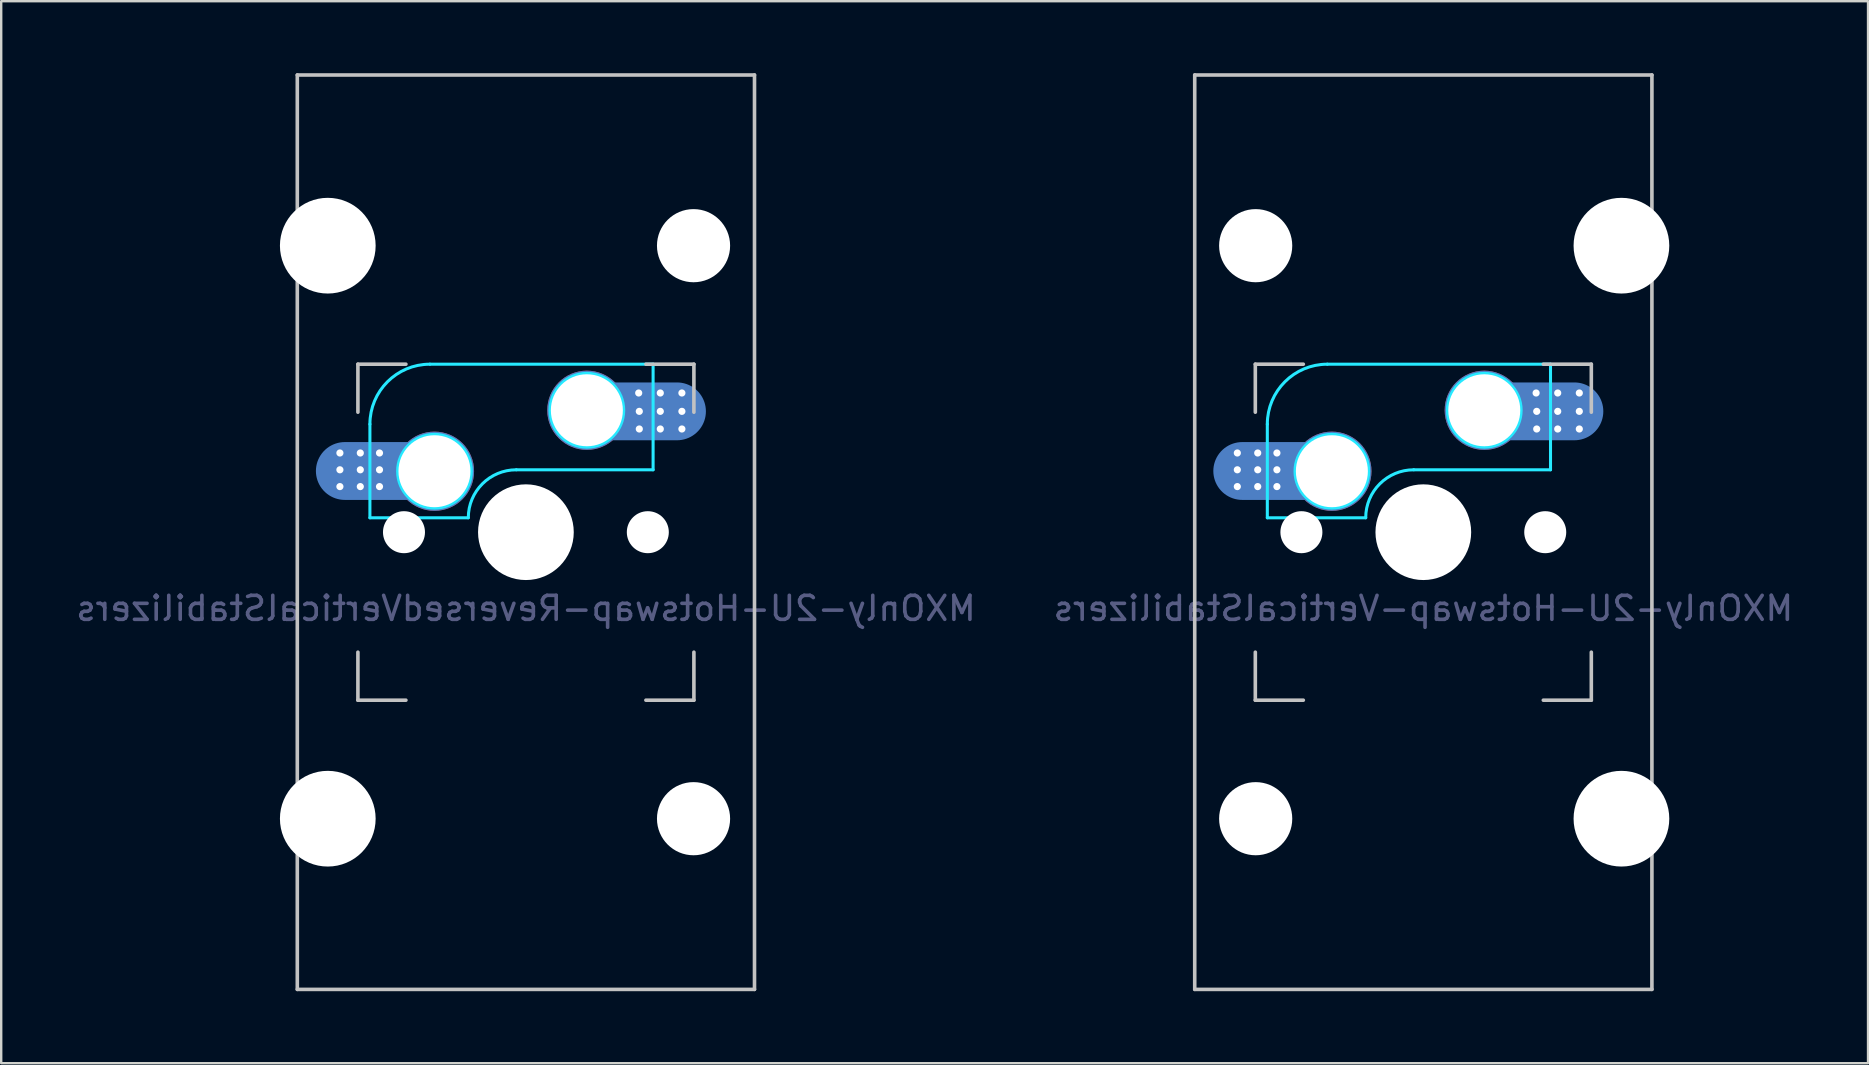
<source format=kicad_pcb>
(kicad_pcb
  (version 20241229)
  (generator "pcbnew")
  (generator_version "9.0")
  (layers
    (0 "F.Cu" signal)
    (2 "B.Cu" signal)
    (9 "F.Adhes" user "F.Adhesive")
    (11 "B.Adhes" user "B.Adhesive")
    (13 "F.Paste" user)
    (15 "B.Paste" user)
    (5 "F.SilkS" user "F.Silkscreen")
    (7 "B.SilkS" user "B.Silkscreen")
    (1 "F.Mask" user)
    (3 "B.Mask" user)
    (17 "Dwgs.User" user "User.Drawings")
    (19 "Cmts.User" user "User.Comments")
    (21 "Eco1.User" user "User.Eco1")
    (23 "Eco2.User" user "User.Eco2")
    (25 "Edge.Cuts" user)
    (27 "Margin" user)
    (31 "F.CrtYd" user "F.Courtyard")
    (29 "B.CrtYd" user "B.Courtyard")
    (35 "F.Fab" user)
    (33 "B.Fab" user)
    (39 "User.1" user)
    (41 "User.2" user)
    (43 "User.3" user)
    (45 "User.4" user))
  (footprint "MXOnly-2U-Hotswap-VerticalStabilizers"
    (layer "F.Cu")
    (at 56.256 19.125)
    (property "Reference" "MXOnly-2U-Hotswap-VerticalStabilizers" (at 0 3.175 0) (layer "B.Fab") (effects (font (size 1 1) (thickness 0.15)) (justify mirror)))
    (attr through_hole)
    (fp_line (start -9.525 -19.05) (end 9.525 -19.05) (stroke (width 0.15) (type solid)) (layer "Dwgs.User"))
    (fp_line (start -9.525 19.05) (end -9.525 -19.05) (stroke (width 0.15) (type solid)) (layer "Dwgs.User"))
    (fp_line (start -7 -7) (end -7 -5) (stroke (width 0.15) (type solid)) (layer "Dwgs.User"))
    (fp_line (start -7 5) (end -7 7) (stroke (width 0.15) (type solid)) (layer "Dwgs.User"))
    (fp_line (start -7 7) (end -5 7) (stroke (width 0.15) (type solid)) (layer "Dwgs.User"))
    (fp_line (start -5 -7) (end -7 -7) (stroke (width 0.15) (type solid)) (layer "Dwgs.User"))
    (fp_line (start 5 -7) (end 7 -7) (stroke (width 0.15) (type solid)) (layer "Dwgs.User"))
    (fp_line (start 5 7) (end 7 7) (stroke (width 0.15) (type solid)) (layer "Dwgs.User"))
    (fp_line (start 7 -5) (end 7 -7) (stroke (width 0.15) (type solid)) (layer "Dwgs.User"))
    (fp_line (start 7 7) (end 7 5) (stroke (width 0.15) (type solid)) (layer "Dwgs.User"))
    (fp_line (start 9.525 19.05) (end -9.525 19.05) (stroke (width 0.15) (type solid)) (layer "Dwgs.User"))
    (fp_line (start 9.525 19.05) (end 9.525 -19.05) (stroke (width 0.15) (type solid)) (layer "Dwgs.User"))
    (fp_line (start -6.5 -4.5) (end -6.5 -0.6) (stroke (width 0.127) (type solid)) (layer "B.CrtYd"))
    (fp_line (start -6.5 -0.6) (end -2.4 -0.6) (stroke (width 0.127) (type solid)) (layer "B.CrtYd"))
    (fp_line (start -0.4 -2.6) (end 5.3 -2.6) (stroke (width 0.127) (type solid)) (layer "B.CrtYd"))
    (fp_line (start 5.3 -7) (end -4 -7) (stroke (width 0.127) (type solid)) (layer "B.CrtYd"))
    (fp_line (start 5.3 -7) (end 5.3 -2.6) (stroke (width 0.127) (type solid)) (layer "B.CrtYd"))
    (fp_arc (start -6.5 -4.5) (mid -5.767767 -6.267767) (end -4 -7) (stroke (width 0.127) (type solid)) (layer "B.CrtYd"))
    (fp_arc (start -2.4 -0.6) (mid -1.814214 -2.014214) (end -0.4 -2.6) (stroke (width 0.127) (type solid)) (layer "B.CrtYd"))
    (fp_circle (center -3.81 -2.54) (end -2.286 -2.54) (stroke (width 0.15) (type solid)) (fill no) (layer "B.CrtYd"))
    (fp_circle (center 2.54 -5.08) (end 2.54 -6.604) (stroke (width 0.15) (type solid)) (fill no) (layer "B.CrtYd"))
    (pad "" np_thru_hole circle (at -6.985 -11.938 180) (size 3.048 3.048) (drill 3.048) (layers "*.Cu" "*.Mask"))
    (pad "" np_thru_hole circle (at -6.985 11.938 90) (size 3.048 3.048) (drill 3.048) (layers "*.Cu" "*.Mask"))
    (pad "" np_thru_hole circle (at -5.08 0 48.1) (size 1.75 1.75) (drill 1.75) (layers "*.Cu" "*.Mask"))
    (pad "" np_thru_hole circle (at 0 0) (size 3.988 3.988) (drill 3.988) (layers "*.Cu" "*.Mask"))
    (pad "" np_thru_hole circle (at 5.08 0 48.1) (size 1.75 1.75) (drill 1.75) (layers "*.Cu" "*.Mask"))
    (pad "" np_thru_hole circle (at 8.255 -11.938 90) (size 3.988 3.988) (drill 3.988) (layers "*.Cu" "*.Mask"))
    (pad "" np_thru_hole circle (at 8.255 11.938 90) (size 3.988 3.988) (drill 3.988) (layers "*.Cu" "*.Mask"))
    (pad "1" thru_hole circle (at 2.54 -5.08) (size 3.3 3.3) (drill 3) (layers "*.Cu" "B.Mask"))
    (pad "1" thru_hole circle (at 4.7 -5.8) (size 0.4 0.4) (drill 0.3) (layers "*.Cu" "B.Mask"))
    (pad "1" thru_hole circle (at 4.725 -5.035) (size 0.4 0.4) (drill 0.3) (layers "*.Cu" "B.Mask"))
    (pad "1" thru_hole circle (at 4.725 -4.3) (size 0.4 0.4) (drill 0.3) (layers "*.Cu" "B.Mask"))
    (pad "1" smd oval (at 4.75 -5.035) (size 5.5 2.41) (layers "B.Cu" "B.Mask" "B.Paste"))
    (pad "1" thru_hole circle (at 5.6 -5.8) (size 0.4 0.4) (drill 0.3) (layers "*.Cu" "B.Mask"))
    (pad "1" thru_hole circle (at 5.6 -5.035) (size 0.4 0.4) (drill 0.3) (layers "*.Cu" "B.Mask"))
    (pad "1" thru_hole circle (at 5.6 -4.3) (size 0.4 0.4) (drill 0.3) (layers "*.Cu" "B.Mask"))
    (pad "1" thru_hole circle (at 6.5 -5.8) (size 0.4 0.4) (drill 0.3) (layers "*.Cu" "B.Mask"))
    (pad "1" thru_hole circle (at 6.5 -5.035) (size 0.4 0.4) (drill 0.3) (layers "*.Cu" "B.Mask"))
    (pad "1" thru_hole circle (at 6.5 -4.3) (size 0.4 0.4) (drill 0.3) (layers "*.Cu" "B.Mask"))
    (pad "2" thru_hole circle (at -7.75 -3.3) (size 0.4 0.4) (drill 0.3) (layers "*.Cu" "B.Mask"))
    (pad "2" thru_hole circle (at -7.75 -2.6) (size 0.4 0.4) (drill 0.3) (layers "*.Cu" "B.Mask"))
    (pad "2" thru_hole circle (at -7.75 -1.9) (size 0.4 0.4) (drill 0.3) (layers "*.Cu" "B.Mask"))
    (pad "2" thru_hole circle (at -6.9 -3.3) (size 0.4 0.4) (drill 0.3) (layers "*.Cu" "B.Mask"))
    (pad "2" thru_hole circle (at -6.9 -2.6) (size 0.4 0.4) (drill 0.3) (layers "*.Cu" "B.Mask"))
    (pad "2" thru_hole circle (at -6.9 -1.9) (size 0.4 0.4) (drill 0.3) (layers "*.Cu" "B.Mask"))
    (pad "2" thru_hole circle (at -6.1 -3.3) (size 0.4 0.4) (drill 0.3) (layers "*.Cu" "B.Mask"))
    (pad "2" thru_hole circle (at -6.1 -2.6) (size 0.4 0.4) (drill 0.3) (layers "*.Cu" "B.Mask"))
    (pad "2" thru_hole circle (at -6.1 -1.9) (size 0.4 0.4) (drill 0.3) (layers "*.Cu" "B.Mask"))
    (pad "2" smd oval (at -6 -2.55) (size 5.5 2.41) (layers "B.Cu" "B.Mask" "B.Paste"))
    (pad "2" thru_hole circle (at -3.81 -2.54) (size 3.3 3.3) (drill 3) (layers "*.Cu" "B.Mask")))
  (footprint "MXOnly-2U-Hotswap-ReversedVerticalStabilizers"
    (layer "F.Cu")
    (at 18.863 19.125)
    (property "Reference" "MXOnly-2U-Hotswap-ReversedVerticalStabilizers" (at 0 3.175 0) (layer "B.Fab") (effects (font (size 1 1) (thickness 0.15)) (justify mirror)))
    (attr through_hole)
    (fp_line (start -9.525 -19.05) (end 9.525 -19.05) (stroke (width 0.15) (type solid)) (layer "Dwgs.User"))
    (fp_line (start -9.525 19.05) (end -9.525 -19.05) (stroke (width 0.15) (type solid)) (layer "Dwgs.User"))
    (fp_line (start -7 -7) (end -7 -5) (stroke (width 0.15) (type solid)) (layer "Dwgs.User"))
    (fp_line (start -7 5) (end -7 7) (stroke (width 0.15) (type solid)) (layer "Dwgs.User"))
    (fp_line (start -7 7) (end -5 7) (stroke (width 0.15) (type solid)) (layer "Dwgs.User"))
    (fp_line (start -5 -7) (end -7 -7) (stroke (width 0.15) (type solid)) (layer "Dwgs.User"))
    (fp_line (start 5 -7) (end 7 -7) (stroke (width 0.15) (type solid)) (layer "Dwgs.User"))
    (fp_line (start 5 7) (end 7 7) (stroke (width 0.15) (type solid)) (layer "Dwgs.User"))
    (fp_line (start 7 -5) (end 7 -7) (stroke (width 0.15) (type solid)) (layer "Dwgs.User"))
    (fp_line (start 7 7) (end 7 5) (stroke (width 0.15) (type solid)) (layer "Dwgs.User"))
    (fp_line (start 9.525 19.05) (end -9.525 19.05) (stroke (width 0.15) (type solid)) (layer "Dwgs.User"))
    (fp_line (start 9.525 19.05) (end 9.525 -19.05) (stroke (width 0.15) (type solid)) (layer "Dwgs.User"))
    (fp_line (start -6.5 -4.5) (end -6.5 -0.6) (stroke (width 0.127) (type solid)) (layer "B.CrtYd"))
    (fp_line (start -6.5 -0.6) (end -2.4 -0.6) (stroke (width 0.127) (type solid)) (layer "B.CrtYd"))
    (fp_line (start -0.4 -2.6) (end 5.3 -2.6) (stroke (width 0.127) (type solid)) (layer "B.CrtYd"))
    (fp_line (start 5.3 -7) (end -4 -7) (stroke (width 0.127) (type solid)) (layer "B.CrtYd"))
    (fp_line (start 5.3 -7) (end 5.3 -2.6) (stroke (width 0.127) (type solid)) (layer "B.CrtYd"))
    (fp_arc (start -6.5 -4.5) (mid -5.767767 -6.267767) (end -4 -7) (stroke (width 0.127) (type solid)) (layer "B.CrtYd"))
    (fp_arc (start -2.4 -0.6) (mid -1.814214 -2.014214) (end -0.4 -2.6) (stroke (width 0.127) (type solid)) (layer "B.CrtYd"))
    (fp_circle (center -3.81 -2.54) (end -2.286 -2.54) (stroke (width 0.15) (type solid)) (fill no) (layer "B.CrtYd"))
    (fp_circle (center 2.54 -5.08) (end 2.54 -6.604) (stroke (width 0.15) (type solid)) (fill no) (layer "B.CrtYd"))
    (pad "" np_thru_hole circle (at -8.255 -11.938 90) (size 3.988 3.988) (drill 3.988) (layers "*.Cu" "*.Mask"))
    (pad "" np_thru_hole circle (at -8.255 11.938 90) (size 3.988 3.988) (drill 3.988) (layers "*.Cu" "*.Mask"))
    (pad "" np_thru_hole circle (at -5.08 0 48.1) (size 1.75 1.75) (drill 1.75) (layers "*.Cu" "*.Mask"))
    (pad "" np_thru_hole circle (at 0 0) (size 3.988 3.988) (drill 3.988) (layers "*.Cu" "*.Mask"))
    (pad "" np_thru_hole circle (at 5.08 0 48.1) (size 1.75 1.75) (drill 1.75) (layers "*.Cu" "*.Mask"))
    (pad "" np_thru_hole circle (at 6.985 -11.938 180) (size 3.048 3.048) (drill 3.048) (layers "*.Cu" "*.Mask"))
    (pad "" np_thru_hole circle (at 6.985 11.938 90) (size 3.048 3.048) (drill 3.048) (layers "*.Cu" "*.Mask"))
    (pad "1" thru_hole circle (at 2.54 -5.08) (size 3.3 3.3) (drill 3) (layers "*.Cu" "B.Mask"))
    (pad "1" thru_hole circle (at 4.7 -5.8) (size 0.4 0.4) (drill 0.3) (layers "*.Cu" "B.Mask"))
    (pad "1" thru_hole circle (at 4.725 -5.035) (size 0.4 0.4) (drill 0.3) (layers "*.Cu" "B.Mask"))
    (pad "1" thru_hole circle (at 4.725 -4.3) (size 0.4 0.4) (drill 0.3) (layers "*.Cu" "B.Mask"))
    (pad "1" smd oval (at 4.75 -5.035) (size 5.5 2.41) (layers "B.Cu" "B.Mask" "B.Paste"))
    (pad "1" thru_hole circle (at 5.6 -5.8) (size 0.4 0.4) (drill 0.3) (layers "*.Cu" "B.Mask"))
    (pad "1" thru_hole circle (at 5.6 -5.035) (size 0.4 0.4) (drill 0.3) (layers "*.Cu" "B.Mask"))
    (pad "1" thru_hole circle (at 5.6 -4.3) (size 0.4 0.4) (drill 0.3) (layers "*.Cu" "B.Mask"))
    (pad "1" thru_hole circle (at 6.5 -5.8) (size 0.4 0.4) (drill 0.3) (layers "*.Cu" "B.Mask"))
    (pad "1" thru_hole circle (at 6.5 -5.035) (size 0.4 0.4) (drill 0.3) (layers "*.Cu" "B.Mask"))
    (pad "1" thru_hole circle (at 6.5 -4.3) (size 0.4 0.4) (drill 0.3) (layers "*.Cu" "B.Mask"))
    (pad "2" thru_hole circle (at -7.75 -3.3) (size 0.4 0.4) (drill 0.3) (layers "*.Cu" "B.Mask"))
    (pad "2" thru_hole circle (at -7.75 -2.6) (size 0.4 0.4) (drill 0.3) (layers "*.Cu" "B.Mask"))
    (pad "2" thru_hole circle (at -7.75 -1.9) (size 0.4 0.4) (drill 0.3) (layers "*.Cu" "B.Mask"))
    (pad "2" thru_hole circle (at -6.9 -3.3) (size 0.4 0.4) (drill 0.3) (layers "*.Cu" "B.Mask"))
    (pad "2" thru_hole circle (at -6.9 -2.6) (size 0.4 0.4) (drill 0.3) (layers "*.Cu" "B.Mask"))
    (pad "2" thru_hole circle (at -6.9 -1.9) (size 0.4 0.4) (drill 0.3) (layers "*.Cu" "B.Mask"))
    (pad "2" thru_hole circle (at -6.1 -3.3) (size 0.4 0.4) (drill 0.3) (layers "*.Cu" "B.Mask"))
    (pad "2" thru_hole circle (at -6.1 -2.6) (size 0.4 0.4) (drill 0.3) (layers "*.Cu" "B.Mask"))
    (pad "2" thru_hole circle (at -6.1 -1.9) (size 0.4 0.4) (drill 0.3) (layers "*.Cu" "B.Mask"))
    (pad "2" smd oval (at -6 -2.55) (size 5.5 2.41) (layers "B.Cu" "B.Mask" "B.Paste"))
    (pad "2" thru_hole circle (at -3.81 -2.54) (size 3.3 3.3) (drill 3) (layers "*.Cu" "B.Mask")))
  (gr_rect
    (start -3 -3)
    (end 74.786 41.25)
    (stroke (width 0.1) (type default))
    (fill no)
    (layer "Edge.Cuts")))
</source>
